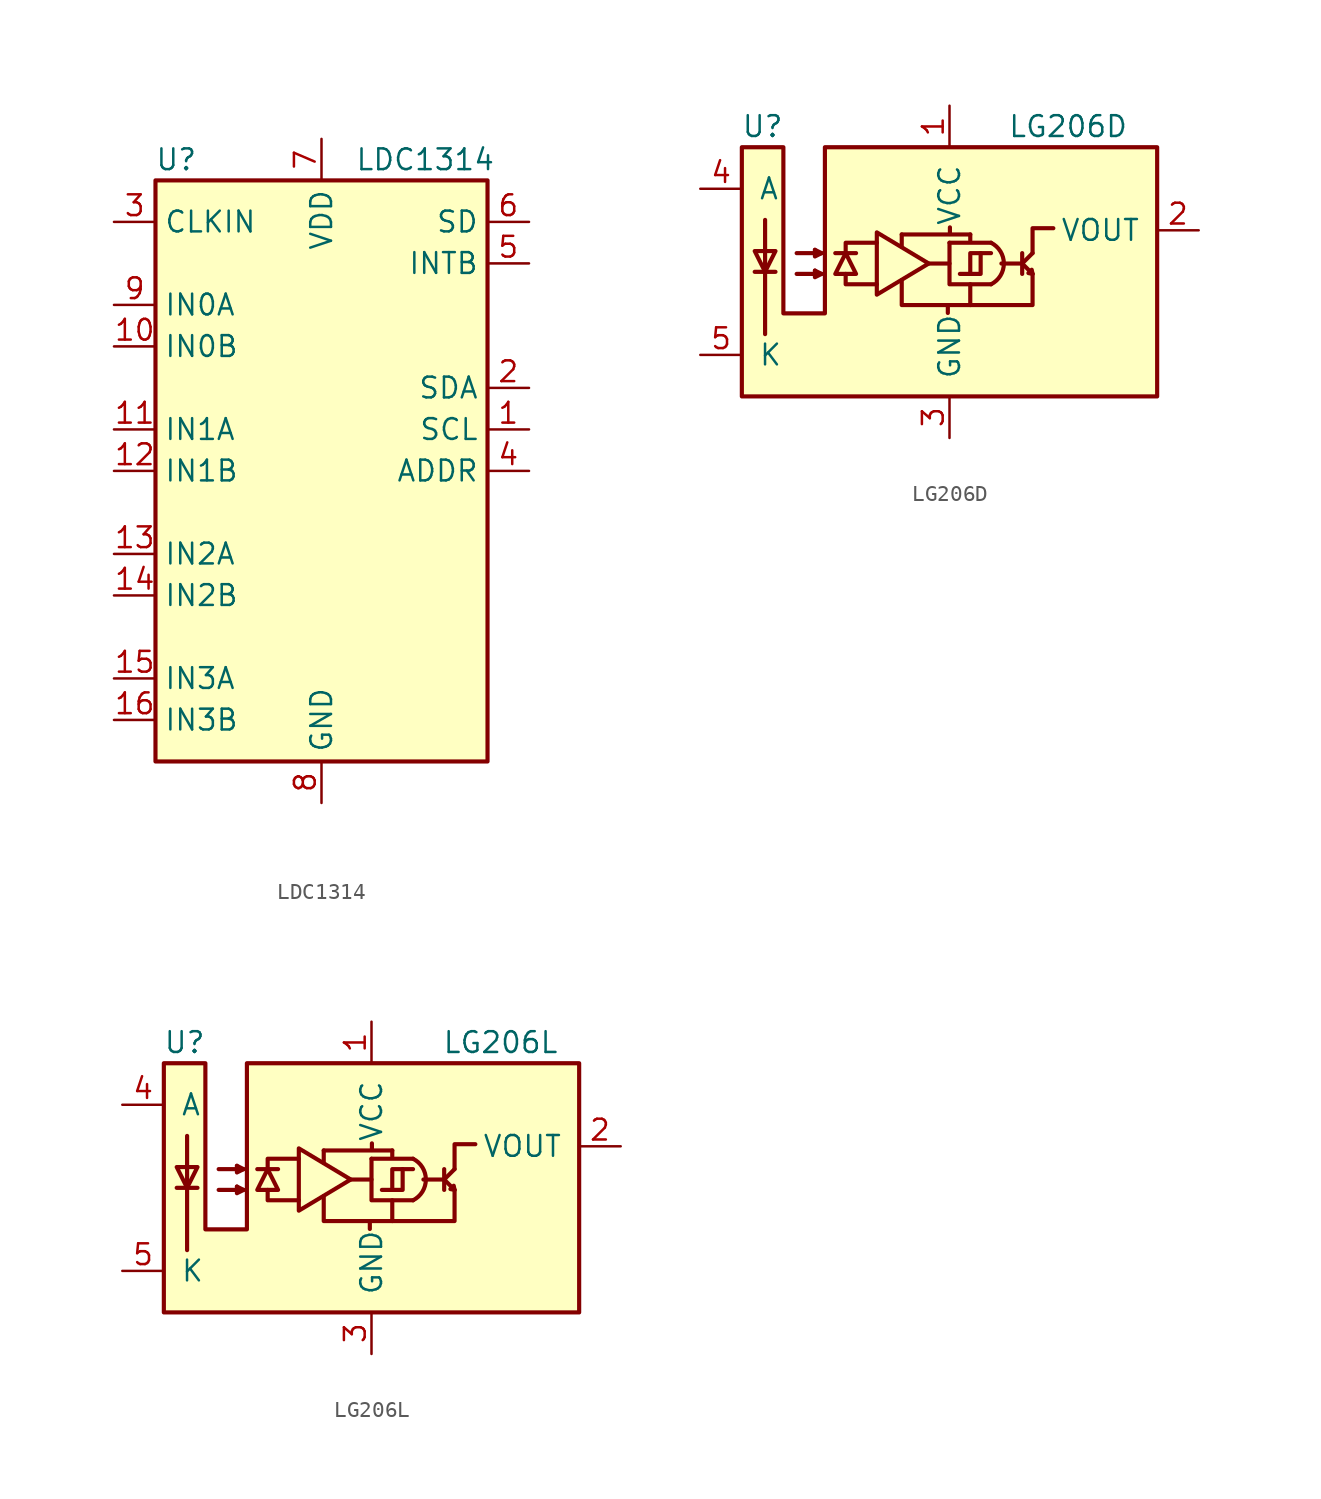
<source format=kicad_sym>
(kicad_symbol_lib
  (version 20201005)
  (generator kicad_symbol_editor)
  (symbol "LDC1314"
    (property "Reference" "U"
      (at -8.89 19.05 0)
      (effects (font (size 1.27 1.27))))
    (property "Value" "LDC1314"
      (at 6.35 19.05 0)
      (effects (font (size 1.27 1.27))))
    (symbol "LDC1314_0_1"
      (rectangle (start -10.16 -17.78) (end 10.16 17.78) (stroke (width 0.254)) (fill (type background))))
    (symbol "LDC1314_1_1"
      (pin input line (at 12.7 2.54 180) (length 2.54) (name "SCL" (effects (font (size 1.27 1.27)))) (number "1" (effects (font (size 1.27 1.27)))))
      (pin input line (at -12.7 7.62 0) (length 2.54) (name "IN0B" (effects (font (size 1.27 1.27)))) (number "10" (effects (font (size 1.27 1.27)))))
      (pin input line (at -12.7 2.54 0) (length 2.54) (name "IN1A" (effects (font (size 1.27 1.27)))) (number "11" (effects (font (size 1.27 1.27)))))
      (pin input line (at -12.7 0 0) (length 2.54) (name "IN1B" (effects (font (size 1.27 1.27)))) (number "12" (effects (font (size 1.27 1.27)))))
      (pin input line (at -12.7 -5.08 0) (length 2.54) (name "IN2A" (effects (font (size 1.27 1.27)))) (number "13" (effects (font (size 1.27 1.27)))))
      (pin input line (at -12.7 -7.62 0) (length 2.54) (name "IN2B" (effects (font (size 1.27 1.27)))) (number "14" (effects (font (size 1.27 1.27)))))
      (pin input line (at -12.7 -12.7 0) (length 2.54) (name "IN3A" (effects (font (size 1.27 1.27)))) (number "15" (effects (font (size 1.27 1.27)))))
      (pin input line (at -12.7 -15.24 0) (length 2.54) (name "IN3B" (effects (font (size 1.27 1.27)))) (number "16" (effects (font (size 1.27 1.27)))))
      (pin passive line (at 0 -20.32 90) (length 2.54) hide (name "GND" (effects (font (size 1.27 1.27)))) (number "17" (effects (font (size 1.27 1.27)))))
      (pin bidirectional line (at 12.7 5.08 180) (length 2.54) (name "SDA" (effects (font (size 1.27 1.27)))) (number "2" (effects (font (size 1.27 1.27)))))
      (pin input line (at -12.7 15.24 0) (length 2.54) (name "CLKIN" (effects (font (size 1.27 1.27)))) (number "3" (effects (font (size 1.27 1.27)))))
      (pin input line (at 12.7 0 180) (length 2.54) (name "ADDR" (effects (font (size 1.27 1.27)))) (number "4" (effects (font (size 1.27 1.27)))))
      (pin open_collector line (at 12.7 12.7 180) (length 2.54) (name "INTB" (effects (font (size 1.27 1.27)))) (number "5" (effects (font (size 1.27 1.27)))))
      (pin input line (at 12.7 15.24 180) (length 2.54) (name "SD" (effects (font (size 1.27 1.27)))) (number "6" (effects (font (size 1.27 1.27)))))
      (pin power_in line (at 0 20.32 270) (length 2.54) (name "VDD" (effects (font (size 1.27 1.27)))) (number "7" (effects (font (size 1.27 1.27)))))
      (pin power_in line (at 0 -20.32 90) (length 2.54) (name "GND" (effects (font (size 1.27 1.27)))) (number "8" (effects (font (size 1.27 1.27)))))
      (pin input line (at -12.7 10.16 0) (length 2.54) (name "IN0A" (effects (font (size 1.27 1.27)))) (number "9" (effects (font (size 1.27 1.27)))))))
  (symbol "LG206D"
    (pin_names
      (offset 1.016))
    (property "Reference" "U"
      (at -11.43 8.89 0)
      (effects (font (size 1.27 1.27))))
    (property "Value" "LG206D"
      (at 3.556 8.89 0)
      (effects (font (size 1.27 1.27)) (justify left)))
    (symbol "LG206D_0_1"
      (arc (start 2.54 1.778) (end 2.54 -0.762) (radius (at 1.905 0.508) (length 1.4224) (angles 63.4 -63.4)) (stroke (width 0.254)) (fill (type none)))
      (polyline (pts (xy -11.913 0) (xy -10.643 0)) (stroke (width 0.254)) (fill (type none)))
      (polyline (pts (xy -11.278 -3.81) (xy -11.278 3.175)) (stroke (width 0.254)) (fill (type none)))
      (polyline (pts (xy -6.985 1.143) (xy -5.715 1.143)) (stroke (width 0.254)) (fill (type none)))
      (polyline (pts (xy -2.921 1.524) (xy -2.921 2.286)) (stroke (width 0.254)) (fill (type none)))
      (polyline (pts (xy -2.921 2.286) (xy 1.27 2.286)) (stroke (width 0.254)) (fill (type none)))
      (polyline (pts (xy -1.27 0.508) (xy 0 0.508)) (stroke (width 0.254)) (fill (type none)))
      (polyline (pts (xy -0.102 -2.515) (xy -0.102 -2.083)) (stroke (width 0.254)) (fill (type none)))
      (polyline (pts (xy 0 1.778) (xy 2.54 1.778)) (stroke (width 0.254)) (fill (type none)))
      (polyline (pts (xy 0.025 2.311) (xy 0.025 2.718)) (stroke (width 0.254)) (fill (type none)))
      (polyline (pts (xy 1.27 1.93) (xy 1.27 2.286)) (stroke (width 0.254)) (fill (type none)))
      (polyline (pts (xy 3.175 0.508) (xy 4.445 0.508)) (stroke (width 0.254)) (fill (type none)))
      (polyline (pts (xy 4.445 0.508) (xy 5.08 -0.127)) (stroke (width 0.254)) (fill (type none)))
      (polyline (pts (xy 4.445 0.508) (xy 5.08 1.143)) (stroke (width 0.254)) (fill (type none)))
      (polyline (pts (xy 4.445 1.143) (xy 4.445 -0.127)) (stroke (width 0.254)) (fill (type none)))
      (polyline (pts (xy -9.347 -0.127) (xy -7.823 -0.127) (xy -8.23 0.076)) (stroke (width 0.254)) (fill (type none)))
      (polyline (pts (xy -9.347 1.143) (xy -7.823 1.143) (xy -8.23 1.346)) (stroke (width 0.254)) (fill (type none)))
      (polyline (pts (xy -8.23 0.076) (xy -8.23 -0.33) (xy -7.823 -0.127)) (stroke (width 0.254)) (fill (type none)))
      (polyline (pts (xy -8.23 1.346) (xy -8.23 0.94) (xy -7.823 1.143)) (stroke (width 0.254)) (fill (type none)))
      (polyline (pts (xy -6.35 -0.127) (xy -6.35 -0.762) (xy -4.445 -0.762)) (stroke (width 0.254)) (fill (type none)))
      (polyline (pts (xy -6.35 1.143) (xy -6.35 1.778) (xy -4.445 1.778)) (stroke (width 0.254)) (fill (type none)))
      (polyline (pts (xy 0 1.778) (xy 0 -0.762) (xy 2.54 -0.762)) (stroke (width 0.254)) (fill (type none)))
      (polyline (pts (xy 1.27 -2.032) (xy -2.921 -2.032) (xy -2.921 -0.508)) (stroke (width 0.254)) (fill (type none)))
      (polyline (pts (xy 1.905 1.143) (xy 1.27 1.143) (xy 1.27 -0.127)) (stroke (width 0.254)) (fill (type none)))
      (polyline (pts (xy 5.08 1.143) (xy 5.08 2.667) (xy 6.35 2.667)) (stroke (width 0.254)) (fill (type none)))
      (polyline (pts (xy -11.913 1.27) (xy -10.643 1.27) (xy -11.278 0) (xy -11.913 1.27)) (stroke (width 0.254)) (fill (type none)))
      (polyline (pts (xy -6.985 -0.127) (xy -5.715 -0.127) (xy -6.35 1.143) (xy -6.985 -0.127)) (stroke (width 0.254)) (fill (type none)))
      (polyline (pts (xy -4.445 2.413) (xy -4.445 -1.397) (xy -1.27 0.508) (xy -4.445 2.413)) (stroke (width 0.254)) (fill (type none)))
      (polyline (pts (xy 0.635 -0.127) (xy 1.905 -0.127) (xy 1.905 1.143) (xy 2.54 1.143)) (stroke (width 0.254)) (fill (type none)))
      (polyline (pts (xy 1.27 -0.762) (xy 1.27 -2.032) (xy 5.08 -2.032) (xy 5.08 -0.127)) (stroke (width 0.254)) (fill (type none)))
      (polyline (pts (xy 5.08 -0.127) (xy 4.826 -0.076) (xy 5.029 0.127) (xy 5.08 -0.127)) (stroke (width 0.254)) (fill (type none)))
      (polyline (pts (xy -12.7 -7.62) (xy 12.7 -7.62) (xy 12.7 7.62) (xy -7.62 7.62) (xy -7.62 -2.54) (xy -10.16 -2.54) (xy -10.16 7.62) (xy -12.7 7.62) (xy -12.7 -7.62)) (stroke (width 0.254)) (fill (type background))))
    (symbol "LG206D_1_1"
      (pin power_in line (at 0 10.16 270) (length 2.54) (name "VCC" (effects (font (size 1.27 1.27)))) (number "1" (effects (font (size 1.27 1.27)))))
      (pin open_collector line (at 15.24 2.54 180) (length 2.54) (name "VOUT" (effects (font (size 1.27 1.27)))) (number "2" (effects (font (size 1.27 1.27)))))
      (pin power_in line (at 0 -10.16 90) (length 2.54) (name "GND" (effects (font (size 1.27 1.27)))) (number "3" (effects (font (size 1.27 1.27)))))
      (pin passive line (at -15.24 5.08 0) (length 2.54) (name "A" (effects (font (size 1.27 1.27)))) (number "4" (effects (font (size 1.27 1.27)))))
      (pin passive line (at -15.24 -5.08 0) (length 2.54) (name "K" (effects (font (size 1.27 1.27)))) (number "5" (effects (font (size 1.27 1.27)))))))
  (symbol "LG206L"
    (pin_names
      (offset 1.016))
    (property "Reference" "U"
      (at -11.43 8.89 0)
      (effects (font (size 1.27 1.27))))
    (property "Value" "LG206L"
      (at 4.318 8.89 0)
      (effects (font (size 1.27 1.27)) (justify left)))
    (symbol "LG206L_0_1"
      (arc (start 2.54 1.778) (end 2.54 -0.762) (radius (at 1.905 0.508) (length 1.4224) (angles 63.4 -63.4)) (stroke (width 0.254)) (fill (type none)))
      (polyline (pts (xy -11.913 0) (xy -10.643 0)) (stroke (width 0.254)) (fill (type none)))
      (polyline (pts (xy -11.278 -3.81) (xy -11.278 3.175)) (stroke (width 0.254)) (fill (type none)))
      (polyline (pts (xy -6.985 1.143) (xy -5.715 1.143)) (stroke (width 0.254)) (fill (type none)))
      (polyline (pts (xy -2.921 1.524) (xy -2.921 2.286)) (stroke (width 0.254)) (fill (type none)))
      (polyline (pts (xy -2.921 2.286) (xy 1.27 2.286)) (stroke (width 0.254)) (fill (type none)))
      (polyline (pts (xy -1.27 0.508) (xy 0 0.508)) (stroke (width 0.254)) (fill (type none)))
      (polyline (pts (xy -0.102 -2.515) (xy -0.102 -2.083)) (stroke (width 0.254)) (fill (type none)))
      (polyline (pts (xy 0 1.778) (xy 2.54 1.778)) (stroke (width 0.254)) (fill (type none)))
      (polyline (pts (xy 0.025 2.311) (xy 0.025 2.718)) (stroke (width 0.254)) (fill (type none)))
      (polyline (pts (xy 1.27 1.93) (xy 1.27 2.286)) (stroke (width 0.254)) (fill (type none)))
      (polyline (pts (xy 3.175 0.508) (xy 4.445 0.508)) (stroke (width 0.254)) (fill (type none)))
      (polyline (pts (xy 4.445 0.508) (xy 5.08 -0.127)) (stroke (width 0.254)) (fill (type none)))
      (polyline (pts (xy 4.445 0.508) (xy 5.08 1.143)) (stroke (width 0.254)) (fill (type none)))
      (polyline (pts (xy 4.445 1.143) (xy 4.445 -0.127)) (stroke (width 0.254)) (fill (type none)))
      (polyline (pts (xy -9.347 -0.127) (xy -7.823 -0.127) (xy -8.23 0.076)) (stroke (width 0.254)) (fill (type none)))
      (polyline (pts (xy -9.347 1.143) (xy -7.823 1.143) (xy -8.23 1.346)) (stroke (width 0.254)) (fill (type none)))
      (polyline (pts (xy -8.23 0.076) (xy -8.23 -0.33) (xy -7.823 -0.127)) (stroke (width 0.254)) (fill (type none)))
      (polyline (pts (xy -8.23 1.346) (xy -8.23 0.94) (xy -7.823 1.143)) (stroke (width 0.254)) (fill (type none)))
      (polyline (pts (xy -6.35 -0.127) (xy -6.35 -0.762) (xy -4.445 -0.762)) (stroke (width 0.254)) (fill (type none)))
      (polyline (pts (xy -6.35 1.143) (xy -6.35 1.778) (xy -4.445 1.778)) (stroke (width 0.254)) (fill (type none)))
      (polyline (pts (xy 0 1.778) (xy 0 -0.762) (xy 2.54 -0.762)) (stroke (width 0.254)) (fill (type none)))
      (polyline (pts (xy 1.27 -2.032) (xy -2.921 -2.032) (xy -2.921 -0.508)) (stroke (width 0.254)) (fill (type none)))
      (polyline (pts (xy 1.905 1.143) (xy 1.27 1.143) (xy 1.27 -0.127)) (stroke (width 0.254)) (fill (type none)))
      (polyline (pts (xy 5.08 1.143) (xy 5.08 2.667) (xy 6.35 2.667)) (stroke (width 0.254)) (fill (type none)))
      (polyline (pts (xy -11.913 1.27) (xy -10.643 1.27) (xy -11.278 0) (xy -11.913 1.27)) (stroke (width 0.254)) (fill (type none)))
      (polyline (pts (xy -6.985 -0.127) (xy -5.715 -0.127) (xy -6.35 1.143) (xy -6.985 -0.127)) (stroke (width 0.254)) (fill (type none)))
      (polyline (pts (xy -4.445 2.413) (xy -4.445 -1.397) (xy -1.27 0.508) (xy -4.445 2.413)) (stroke (width 0.254)) (fill (type none)))
      (polyline (pts (xy 0.635 -0.127) (xy 1.905 -0.127) (xy 1.905 1.143) (xy 2.54 1.143)) (stroke (width 0.254)) (fill (type none)))
      (polyline (pts (xy 1.27 -0.762) (xy 1.27 -2.032) (xy 5.08 -2.032) (xy 5.08 -0.127)) (stroke (width 0.254)) (fill (type none)))
      (polyline (pts (xy 5.08 -0.127) (xy 4.826 -0.076) (xy 5.029 0.127) (xy 5.08 -0.127)) (stroke (width 0.254)) (fill (type none)))
      (polyline (pts (xy -12.7 -7.62) (xy 12.7 -7.62) (xy 12.7 7.62) (xy -7.62 7.62) (xy -7.62 -2.54) (xy -10.16 -2.54) (xy -10.16 7.62) (xy -12.7 7.62) (xy -12.7 -7.62)) (stroke (width 0.254)) (fill (type background))))
    (symbol "LG206L_1_1"
      (pin power_in line (at 0 10.16 270) (length 2.54) (name "VCC" (effects (font (size 1.27 1.27)))) (number "1" (effects (font (size 1.27 1.27)))))
      (pin open_collector line (at 15.24 2.54 180) (length 2.54) (name "VOUT" (effects (font (size 1.27 1.27)))) (number "2" (effects (font (size 1.27 1.27)))))
      (pin power_in line (at 0 -10.16 90) (length 2.54) (name "GND" (effects (font (size 1.27 1.27)))) (number "3" (effects (font (size 1.27 1.27)))))
      (pin passive line (at -15.24 5.08 0) (length 2.54) (name "A" (effects (font (size 1.27 1.27)))) (number "4" (effects (font (size 1.27 1.27)))))
      (pin passive line (at -15.24 -5.08 0) (length 2.54) (name "K" (effects (font (size 1.27 1.27)))) (number "5" (effects (font (size 1.27 1.27))))))))
</source>
